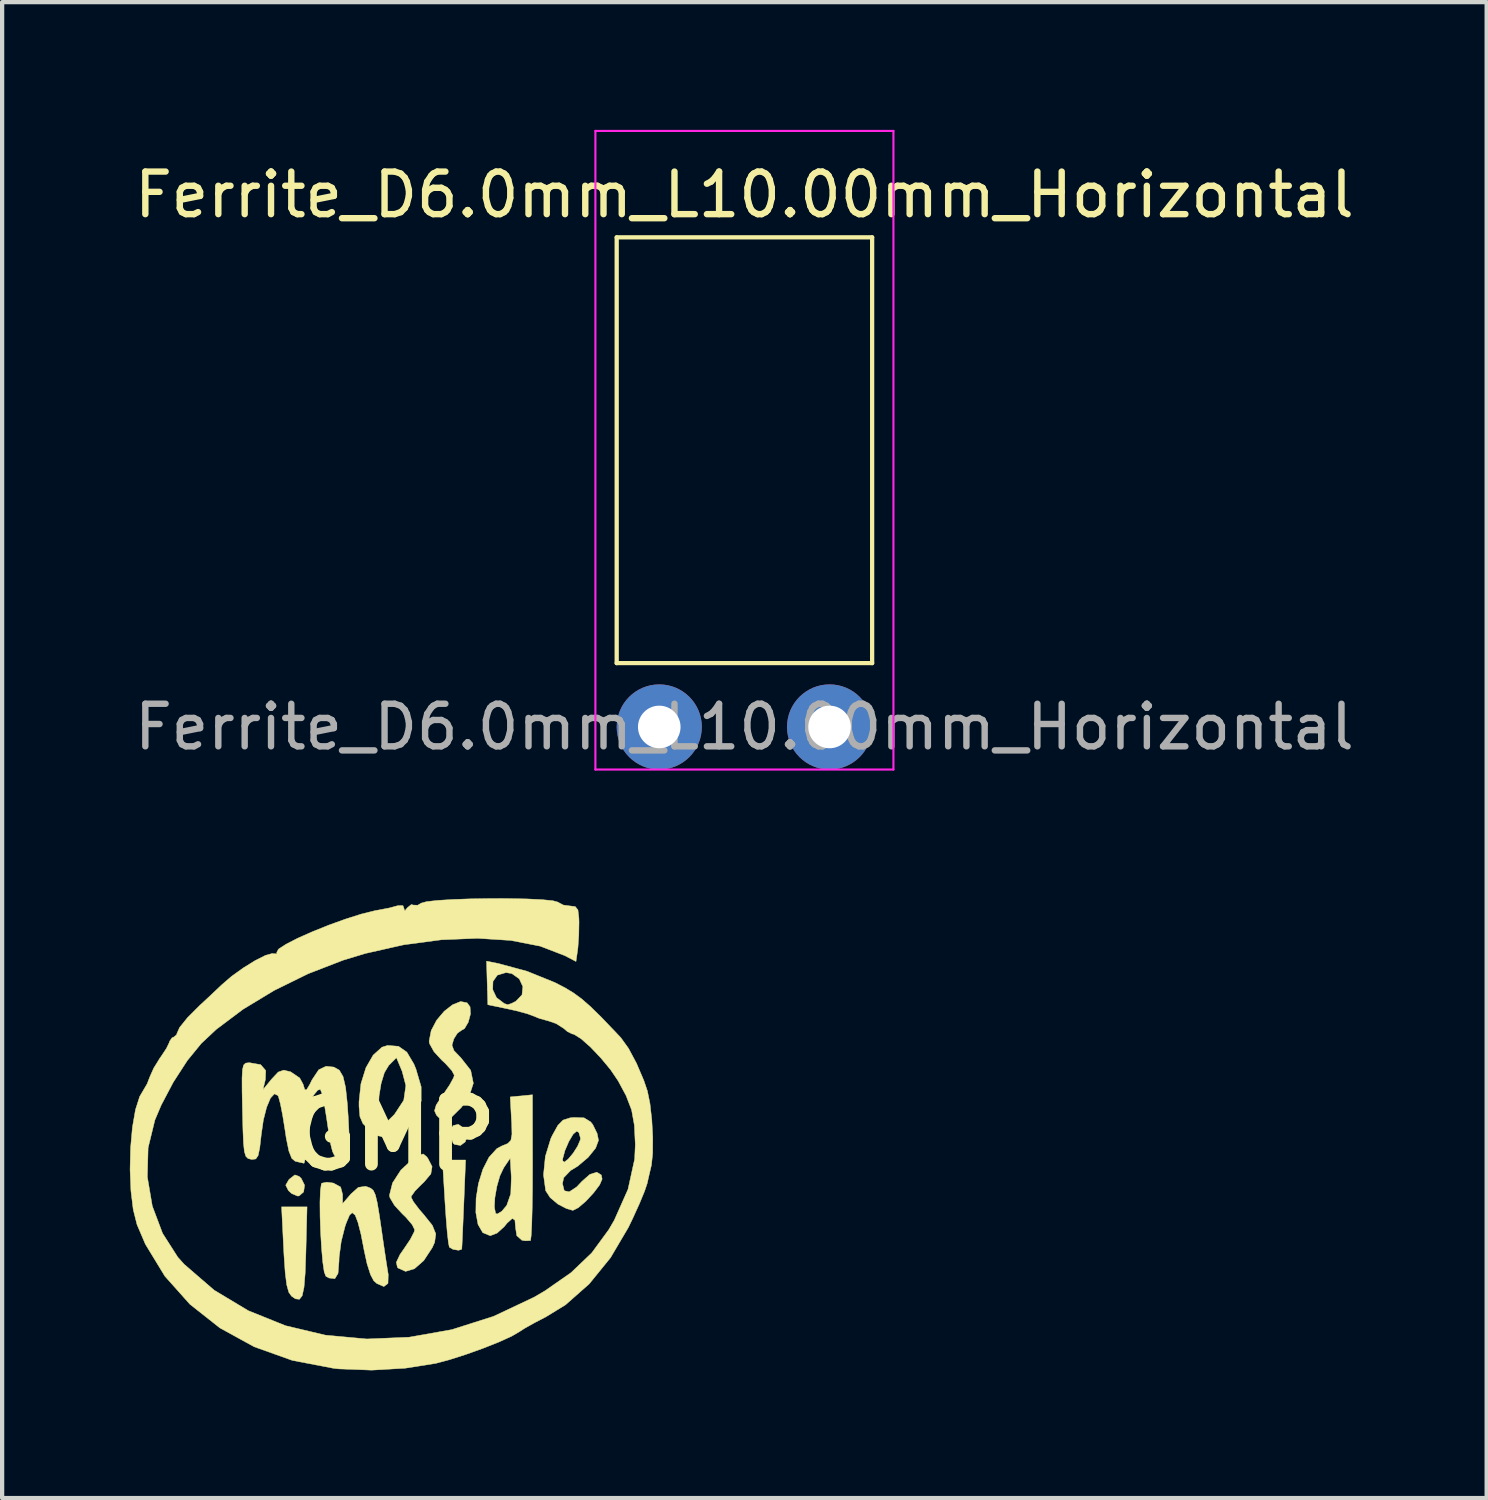
<source format=kicad_pcb>
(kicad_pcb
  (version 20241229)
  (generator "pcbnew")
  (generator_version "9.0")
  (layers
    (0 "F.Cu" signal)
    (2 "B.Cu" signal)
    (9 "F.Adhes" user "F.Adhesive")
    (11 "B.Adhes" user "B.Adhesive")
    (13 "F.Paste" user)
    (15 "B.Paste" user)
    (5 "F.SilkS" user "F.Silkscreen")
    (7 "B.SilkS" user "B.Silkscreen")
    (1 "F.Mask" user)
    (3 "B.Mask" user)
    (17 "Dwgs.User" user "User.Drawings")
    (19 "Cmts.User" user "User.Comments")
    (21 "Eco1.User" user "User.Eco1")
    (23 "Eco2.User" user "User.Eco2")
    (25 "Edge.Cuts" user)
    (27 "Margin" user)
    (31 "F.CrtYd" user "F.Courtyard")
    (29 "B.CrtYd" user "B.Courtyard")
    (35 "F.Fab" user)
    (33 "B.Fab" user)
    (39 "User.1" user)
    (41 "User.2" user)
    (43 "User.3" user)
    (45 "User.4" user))
  (footprint "GMP"
    (layer "F.Cu")
    (at 6.182 23.604)
    (property "Reference" "GMP" (at 0 0 0) (layer "F.SilkS") (effects (font (size 1.524 1.524) (thickness 0.3))))
    (attr through_hole)
    (fp_poly (pts (xy 1.684 -0.138) (xy 1.743 0.02) (xy 1.696 0.166) (xy 1.585 0.25) (xy 1.446 0.227) (xy 1.411 0.198) (xy 1.367 0.076) (xy 1.355 -0.056) (xy 1.407 -0.216) (xy 1.534 -0.246) (xy 1.684 -0.138)) (stroke (width 0.01) (type solid)) (fill yes) (layer "F.SilkS"))
    (fp_poly (pts (xy -2.206 0.978) (xy -2.156 1.025) (xy -2.078 1.183) (xy -2.1 1.343) (xy -2.207 1.435) (xy -2.242 1.439) (xy -2.382 1.38) (xy -2.459 1.308) (xy -2.521 1.183) (xy -2.45 1.059) (xy -2.427 1.036) (xy -2.306 0.942) (xy -2.206 0.978)) (stroke (width 0.01) (type solid)) (fill yes) (layer "F.SilkS"))
    (fp_poly (pts (xy -2.047 2.766) (xy -2.064 3.249) (xy -2.091 3.581) (xy -2.134 3.78) (xy -2.199 3.864) (xy -2.292 3.853) (xy -2.385 3.79) (xy -2.449 3.699) (xy -2.497 3.525) (xy -2.533 3.242) (xy -2.562 2.822) (xy -2.569 2.688) (xy -2.618 1.693) (xy -2.02 1.693) (xy -2.047 2.766)) (stroke (width 0.01) (type solid)) (fill yes) (layer "F.SilkS"))
    (fp_poly (pts (xy 1.662 1.63) (xy 1.645 2.029) (xy 1.631 2.36) (xy 1.62 2.591) (xy 1.614 2.687) (xy 1.614 2.688) (xy 1.539 2.713) (xy 1.407 2.69) (xy 1.322 2.64) (xy 1.3 2.532) (xy 1.273 2.292) (xy 1.245 1.955) (xy 1.22 1.581) (xy 1.16 0.593) (xy 1.704 0.593) (xy 1.662 1.63)) (stroke (width 0.01) (type solid)) (fill yes) (layer "F.SilkS"))
    (fp_poly (pts (xy 0.787 0.513) (xy 0.818 0.554) (xy 0.917 0.747) (xy 0.888 0.919) (xy 0.722 1.116) (xy 0.677 1.156) (xy 0.516 1.319) (xy 0.429 1.443) (xy 0.423 1.464) (xy 0.476 1.569) (xy 0.611 1.748) (xy 0.72 1.874) (xy 0.923 2.127) (xy 1.004 2.328) (xy 0.977 2.526) (xy 0.921 2.651) (xy 0.721 2.955) (xy 0.503 3.146) (xy 0.294 3.209) (xy 0.119 3.13) (xy 0.102 3.111) (xy 0.077 2.995) (xy 0.163 2.813) (xy 0.261 2.672) (xy 0.406 2.456) (xy 0.495 2.283) (xy 0.508 2.231) (xy 0.45 2.112) (xy 0.302 1.938) (xy 0.212 1.851) (xy 0.034 1.658) (xy -0.072 1.48) (xy -0.085 1.422) (xy -0.012 1.131) (xy 0.183 0.83) (xy 0.428 0.601) (xy 0.608 0.477) (xy 0.709 0.45) (xy 0.787 0.513)) (stroke (width 0.01) (type solid)) (fill yes) (layer "F.SilkS"))
    (fp_poly (pts (xy 1.74 -3.1) (xy 1.809 -3.005) (xy 1.819 -2.838) (xy 1.767 -2.644) (xy 1.679 -2.495) (xy 1.609 -2.455) (xy 1.512 -2.387) (xy 1.427 -2.251) (xy 1.384 -2.105) (xy 1.43 -1.978) (xy 1.589 -1.812) (xy 1.594 -1.807) (xy 1.824 -1.514) (xy 1.886 -1.21) (xy 1.782 -0.889) (xy 1.6 -0.638) (xy 1.381 -0.422) (xy 1.213 -0.348) (xy 1.071 -0.408) (xy 1.018 -0.464) (xy 0.974 -0.565) (xy 1.014 -0.701) (xy 1.153 -0.914) (xy 1.177 -0.946) (xy 1.326 -1.166) (xy 1.421 -1.339) (xy 1.439 -1.398) (xy 1.381 -1.507) (xy 1.232 -1.672) (xy 1.143 -1.755) (xy 0.962 -1.952) (xy 0.858 -2.139) (xy 0.847 -2.198) (xy 0.896 -2.448) (xy 1.023 -2.69) (xy 1.201 -2.901) (xy 1.399 -3.055) (xy 1.588 -3.13) (xy 1.74 -3.1)) (stroke (width 0.01) (type solid)) (fill yes) (layer "F.SilkS"))
    (fp_poly (pts (xy 0.129 -2.078) (xy 0.325 -1.94) (xy 0.489 -1.663) (xy 0.538 -1.543) (xy 0.66 -1.128) (xy 0.66 -0.79) (xy 0.533 -0.481) (xy 0.374 -0.269) (xy 0.111 -0.017) (xy -0.13 0.077) (xy -0.373 0.018) (xy -0.566 -0.119) (xy -0.708 -0.264) (xy -0.778 -0.426) (xy -0.796 -0.634) (xy -0.343 -0.634) (xy -0.322 -0.404) (xy -0.26 -0.27) (xy -0.218 -0.254) (xy -0.139 -0.31) (xy 0.003 -0.448) (xy 0.036 -0.483) (xy 0.251 -0.81) (xy 0.301 -1.157) (xy 0.214 -1.489) (xy 0.08 -1.811) (xy -0.101 -1.63) (xy -0.203 -1.46) (xy -0.28 -1.208) (xy -0.328 -0.917) (xy -0.343 -0.634) (xy -0.796 -0.634) (xy -0.799 -0.668) (xy -0.799 -0.78) (xy -0.754 -1.2) (xy -0.637 -1.576) (xy -0.466 -1.873) (xy -0.259 -2.058) (xy -0.127 -2.099) (xy 0.129 -2.078)) (stroke (width 0.01) (type solid)) (fill yes) (layer "F.SilkS"))
    (fp_poly (pts (xy 3.277 0.76) (xy 3.275 1.278) (xy 3.268 1.734) (xy 3.258 2.104) (xy 3.245 2.361) (xy 3.23 2.48) (xy 3.227 2.485) (xy 3.109 2.49) (xy 3.027 2.477) (xy 2.907 2.371) (xy 2.879 2.195) (xy 2.862 2.004) (xy 2.801 1.965) (xy 2.678 2.075) (xy 2.61 2.159) (xy 2.444 2.309) (xy 2.283 2.371) (xy 2.107 2.299) (xy 1.996 2.107) (xy 1.945 1.828) (xy 1.947 1.702) (xy 2.38 1.702) (xy 2.408 1.841) (xy 2.442 1.863) (xy 2.552 1.799) (xy 2.67 1.659) (xy 2.765 1.386) (xy 2.778 1.003) (xy 2.752 0.55) (xy 2.601 0.772) (xy 2.51 0.963) (xy 2.438 1.214) (xy 2.392 1.477) (xy 2.38 1.702) (xy 1.947 1.702) (xy 1.95 1.496) (xy 2.006 1.146) (xy 2.109 0.812) (xy 2.254 0.527) (xy 2.438 0.325) (xy 2.557 0.261) (xy 2.695 0.205) (xy 2.768 0.13) (xy 2.793 -0.011) (xy 2.787 -0.262) (xy 2.781 -0.358) (xy 2.752 -0.889) (xy 3.275 -0.94) (xy 3.277 0.76)) (stroke (width 0.01) (type solid)) (fill yes) (layer "F.SilkS"))
    (fp_poly (pts (xy -1.401 1.134) (xy -1.231 1.227) (xy -1.185 1.403) (xy -1.185 1.618) (xy -0.99 1.391) (xy -0.815 1.235) (xy -0.652 1.211) (xy -0.609 1.222) (xy -0.525 1.255) (xy -0.463 1.308) (xy -0.415 1.412) (xy -0.371 1.596) (xy -0.322 1.888) (xy -0.259 2.318) (xy -0.258 2.328) (xy -0.205 2.689) (xy -0.155 3.02) (xy -0.117 3.257) (xy -0.113 3.281) (xy -0.119 3.491) (xy -0.216 3.565) (xy -0.38 3.494) (xy -0.454 3.428) (xy -0.529 3.286) (xy -0.611 3.028) (xy -0.681 2.706) (xy -0.69 2.658) (xy -0.754 2.331) (xy -0.824 2.059) (xy -0.887 1.895) (xy -0.894 1.883) (xy -0.96 1.83) (xy -1.022 1.887) (xy -1.102 2.078) (xy -1.13 2.161) (xy -1.217 2.503) (xy -1.266 2.868) (xy -1.27 2.978) (xy -1.292 3.255) (xy -1.366 3.379) (xy -1.504 3.364) (xy -1.579 3.322) (xy -1.617 3.219) (xy -1.651 2.988) (xy -1.679 2.668) (xy -1.701 2.3) (xy -1.714 1.925) (xy -1.717 1.582) (xy -1.707 1.312) (xy -1.684 1.156) (xy -1.673 1.137) (xy -1.557 1.113) (xy -1.401 1.134)) (stroke (width 0.01) (type solid)) (fill yes) (layer "F.SilkS"))
    (fp_poly (pts (xy 4.487 -0.398) (xy 4.641 -0.303) (xy 4.691 -0.24) (xy 4.794 -0.03) (xy 4.826 0.13) (xy 4.758 0.314) (xy 4.581 0.532) (xy 4.338 0.737) (xy 4.17 0.839) (xy 4.009 1.007) (xy 3.979 1.146) (xy 4.021 1.314) (xy 4.138 1.34) (xy 4.313 1.225) (xy 4.439 1.092) (xy 4.623 0.93) (xy 4.786 0.879) (xy 4.891 0.944) (xy 4.911 1.039) (xy 4.853 1.175) (xy 4.711 1.364) (xy 4.529 1.56) (xy 4.351 1.713) (xy 4.224 1.776) (xy 4.222 1.776) (xy 4.072 1.732) (xy 3.874 1.63) (xy 3.873 1.629) (xy 3.69 1.475) (xy 3.585 1.313) (xy 3.534 0.941) (xy 3.567 0.611) (xy 3.982 0.611) (xy 4.022 0.643) (xy 4.116 0.569) (xy 4.231 0.431) (xy 4.335 0.268) (xy 4.397 0.122) (xy 4.403 0.08) (xy 4.364 -0.055) (xy 4.314 -0.085) (xy 4.23 -0.014) (xy 4.128 0.159) (xy 4.037 0.371) (xy 3.985 0.562) (xy 3.982 0.611) (xy 3.567 0.611) (xy 3.577 0.509) (xy 3.705 0.09) (xy 3.739 0.018) (xy 3.871 -0.221) (xy 3.993 -0.345) (xy 4.154 -0.397) (xy 4.246 -0.407) (xy 4.487 -0.398)) (stroke (width 0.01) (type solid)) (fill yes) (layer "F.SilkS"))
    (fp_poly (pts (xy -3.368 -1.692) (xy -3.109 -1.647) (xy -2.991 -1.51) (xy -2.998 -1.3) (xy -3.056 -1.058) (xy -2.849 -1.311) (xy -2.697 -1.473) (xy -2.568 -1.518) (xy -2.405 -1.479) (xy -2.192 -1.334) (xy -2.112 -1.185) (xy -2.074 -1.061) (xy -2.032 -1.055) (xy -1.957 -1.181) (xy -1.903 -1.291) (xy -1.745 -1.528) (xy -1.576 -1.608) (xy -1.567 -1.609) (xy -1.39 -1.59) (xy -1.262 -1.518) (xy -1.174 -1.367) (xy -1.115 -1.113) (xy -1.074 -0.73) (xy -1.052 -0.402) (xy -1.029 0.052) (xy -1.029 0.358) (xy -1.058 0.536) (xy -1.121 0.605) (xy -1.224 0.585) (xy -1.329 0.526) (xy -1.38 0.479) (xy -1.421 0.394) (xy -1.461 0.237) (xy -1.506 -0.022) (xy -1.565 -0.418) (xy -1.566 -0.423) (xy -1.61 -0.695) (xy -1.655 -0.916) (xy -1.667 -0.967) (xy -1.709 -1.068) (xy -1.77 -1.047) (xy -1.871 -0.924) (xy -1.955 -0.774) (xy -2.005 -0.564) (xy -2.027 -0.253) (xy -2.03 -0.021) (xy -2.038 0.297) (xy -2.058 0.537) (xy -2.085 0.659) (xy -2.095 0.668) (xy -2.226 0.639) (xy -2.299 0.621) (xy -2.38 0.553) (xy -2.447 0.381) (xy -2.509 0.078) (xy -2.538 -0.116) (xy -2.592 -0.452) (xy -2.646 -0.728) (xy -2.692 -0.898) (xy -2.703 -0.921) (xy -2.786 -0.962) (xy -2.879 -0.862) (xy -2.969 -0.648) (xy -3.046 -0.346) (xy -3.095 -0.008) (xy -3.131 0.307) (xy -3.169 0.487) (xy -3.223 0.567) (xy -3.308 0.579) (xy -3.335 0.576) (xy -3.407 0.557) (xy -3.458 0.505) (xy -3.492 0.394) (xy -3.513 0.195) (xy -3.526 -0.118) (xy -3.537 -0.572) (xy -3.546 -1.025) (xy -3.547 -1.336) (xy -3.536 -1.532) (xy -3.51 -1.638) (xy -3.463 -1.683) (xy -3.393 -1.692) (xy -3.368 -1.692)) (stroke (width 0.01) (type solid)) (fill yes) (layer "F.SilkS"))
    (fp_poly (pts (xy 2.726 -5.548) (xy 3.146 -5.54) (xy 3.499 -5.523) (xy 3.753 -5.498) (xy 3.873 -5.465) (xy 3.877 -5.461) (xy 4 -5.396) (xy 4.149 -5.376) (xy 4.28 -5.36) (xy 4.343 -5.28) (xy 4.365 -5.093) (xy 4.368 -4.995) (xy 4.363 -4.688) (xy 4.343 -4.4) (xy 4.336 -4.342) (xy 4.297 -4.071) (xy 4.032 -4.209) (xy 3.458 -4.43) (xy 2.766 -4.565) (xy 1.982 -4.615) (xy 1.133 -4.58) (xy 0.247 -4.462) (xy -0.65 -4.259) (xy -1.172 -4.101) (xy -1.996 -3.782) (xy -2.793 -3.39) (xy -3.525 -2.947) (xy -4.152 -2.476) (xy -4.503 -2.147) (xy -4.833 -1.743) (xy -5.16 -1.238) (xy -5.445 -0.698) (xy -5.594 -0.346) (xy -5.753 0.305) (xy -5.771 0.991) (xy -5.655 1.673) (xy -5.414 2.314) (xy -5.055 2.876) (xy -4.907 3.041) (xy -4.202 3.65) (xy -3.401 4.131) (xy -2.525 4.484) (xy -1.59 4.706) (xy -0.616 4.796) (xy 0.379 4.754) (xy 1.378 4.577) (xy 2.362 4.264) (xy 3.312 3.815) (xy 3.568 3.665) (xy 4.181 3.238) (xy 4.667 2.774) (xy 5.066 2.23) (xy 5.196 2.007) (xy 5.519 1.28) (xy 5.675 0.569) (xy 5.69 0.228) (xy 5.668 -0.225) (xy 5.603 -0.583) (xy 5.474 -0.919) (xy 5.287 -1.267) (xy 5.109 -1.529) (xy 4.882 -1.803) (xy 4.642 -2.056) (xy 4.42 -2.253) (xy 4.25 -2.36) (xy 4.206 -2.37) (xy 4.096 -2.424) (xy 4.01 -2.498) (xy 3.83 -2.612) (xy 3.656 -2.672) (xy 3.434 -2.734) (xy 3.297 -2.79) (xy 3.143 -2.846) (xy 2.889 -2.914) (xy 2.696 -2.957) (xy 2.226 -3.055) (xy 2.216 -3.41) (xy 2.341 -3.41) (xy 2.43 -3.222) (xy 2.612 -3.083) (xy 2.694 -3.055) (xy 2.78 -3.084) (xy 2.884 -3.136) (xy 3.029 -3.287) (xy 3.049 -3.481) (xy 2.964 -3.664) (xy 2.79 -3.787) (xy 2.653 -3.81) (xy 2.45 -3.75) (xy 2.347 -3.602) (xy 2.341 -3.41) (xy 2.216 -3.41) (xy 2.211 -3.567) (xy 2.196 -4.079) (xy 2.474 -4.023) (xy 3.149 -3.84) (xy 3.799 -3.577) (xy 4.037 -3.454) (xy 4.236 -3.334) (xy 4.425 -3.196) (xy 4.633 -3.015) (xy 4.886 -2.767) (xy 5.213 -2.426) (xy 5.352 -2.278) (xy 5.53 -2.031) (xy 5.719 -1.677) (xy 5.89 -1.276) (xy 5.974 -1.029) (xy 6.034 -0.735) (xy 6.078 -0.35) (xy 6.1 0.061) (xy 6.098 0.436) (xy 6.069 0.711) (xy 6.067 0.72) (xy 6.018 0.928) (xy 5.969 1.143) (xy 5.907 1.327) (xy 5.788 1.615) (xy 5.631 1.961) (xy 5.528 2.175) (xy 5.108 2.887) (xy 4.608 3.502) (xy 4.051 3.994) (xy 3.595 4.274) (xy 3.315 4.42) (xy 3.084 4.55) (xy 2.963 4.628) (xy 2.783 4.733) (xy 2.485 4.868) (xy 2.112 5.016) (xy 1.71 5.16) (xy 1.322 5.284) (xy 1.004 5.369) (xy 0.284 5.483) (xy -0.503 5.528) (xy -1.27 5.499) (xy -1.397 5.485) (xy -2.367 5.299) (xy -3.261 4.98) (xy -4.067 4.537) (xy -4.771 3.981) (xy -5.359 3.322) (xy -5.818 2.569) (xy -6.014 2.109) (xy -6.103 1.756) (xy -6.157 1.312) (xy -6.177 0.816) (xy -6.165 0.308) (xy -6.122 -0.174) (xy -6.05 -0.589) (xy -5.951 -0.899) (xy -5.882 -1.016) (xy -5.776 -1.197) (xy -5.715 -1.355) (xy -5.622 -1.565) (xy -5.475 -1.803) (xy -5.451 -1.836) (xy -5.322 -2.03) (xy -5.253 -2.174) (xy -5.249 -2.196) (xy -5.188 -2.282) (xy -5.165 -2.286) (xy -5.082 -2.35) (xy -5.08 -2.37) (xy -5.014 -2.52) (xy -4.828 -2.751) (xy -4.537 -3.042) (xy -4.495 -3.08) (xy -4.274 -3.286) (xy -4.073 -3.476) (xy -4.027 -3.52) (xy -3.794 -3.721) (xy -3.517 -3.92) (xy -3.238 -4.093) (xy -2.997 -4.214) (xy -2.836 -4.259) (xy -2.812 -4.255) (xy -2.726 -4.249) (xy -2.732 -4.286) (xy -2.689 -4.362) (xy -2.514 -4.476) (xy -2.24 -4.617) (xy -1.895 -4.77) (xy -1.51 -4.925) (xy -1.116 -5.067) (xy -0.744 -5.185) (xy -0.422 -5.265) (xy -0.331 -5.281) (xy -0.086 -5.328) (xy 0.102 -5.379) (xy 0.113 -5.383) (xy 0.233 -5.382) (xy 0.255 -5.322) (xy 0.274 -5.257) (xy 0.335 -5.332) (xy 0.43 -5.409) (xy 0.474 -5.396) (xy 0.579 -5.392) (xy 0.661 -5.441) (xy 0.786 -5.476) (xy 1.042 -5.505) (xy 1.398 -5.527) (xy 1.819 -5.542) (xy 2.273 -5.549) (xy 2.726 -5.548)) (stroke (width 0.01) (type solid)) (fill yes) (layer "F.SilkS")))
  (footprint "Ferrite_D6.0mm_L10.00mm_Horizontal"
    (layer "F.Cu")
    (at 12.435 14.025)
    (property "Reference" "Ferrite_D6.0mm_L10.00mm_Horizontal" (at 2 -12.5 0) (layer "F.SilkS") (effects (font (size 1 1) (thickness 0.15))))
    (attr through_hole)
    (fp_line (start -1 -11.5) (end -1 -1.5) (stroke (width 0.1) (type default)) (layer "F.SilkS"))
    (fp_line (start -1 -1.5) (end 5 -1.5) (stroke (width 0.1) (type default)) (layer "F.SilkS"))
    (fp_line (start 5 -11.5) (end -1 -11.5) (stroke (width 0.1) (type default)) (layer "F.SilkS"))
    (fp_line (start 5 -1.5) (end 5 -11.5) (stroke (width 0.1) (type default)) (layer "F.SilkS"))
    (fp_line (start -1.5 -14) (end -1.5 1) (stroke (width 0.05) (type default)) (layer "F.CrtYd"))
    (fp_line (start -1.5 1) (end 5.5 1) (stroke (width 0.05) (type default)) (layer "F.CrtYd"))
    (fp_line (start 5.5 -14) (end -1.5 -14) (stroke (width 0.05) (type default)) (layer "F.CrtYd"))
    (fp_line (start 5.5 1) (end 5.5 -14) (stroke (width 0.05) (type default)) (layer "F.CrtYd"))
    (fp_text user "${REFERENCE}" (at 2 0 0) (layer "F.Fab") (effects (font (size 1 1) (thickness 0.15))))
    (pad "1" thru_hole circle (at 0 0) (size 2 2) (drill 1) (layers "*.Cu" "*.Mask"))
    (pad "2" thru_hole circle (at 4 0) (size 2 2) (drill 1) (layers "*.Cu" "*.Mask")))
  (gr_rect
    (start -3 -3)
    (end 31.869 32.137)
    (stroke (width 0.1) (type default))
    (fill no)
    (layer "Edge.Cuts")))
</source>
